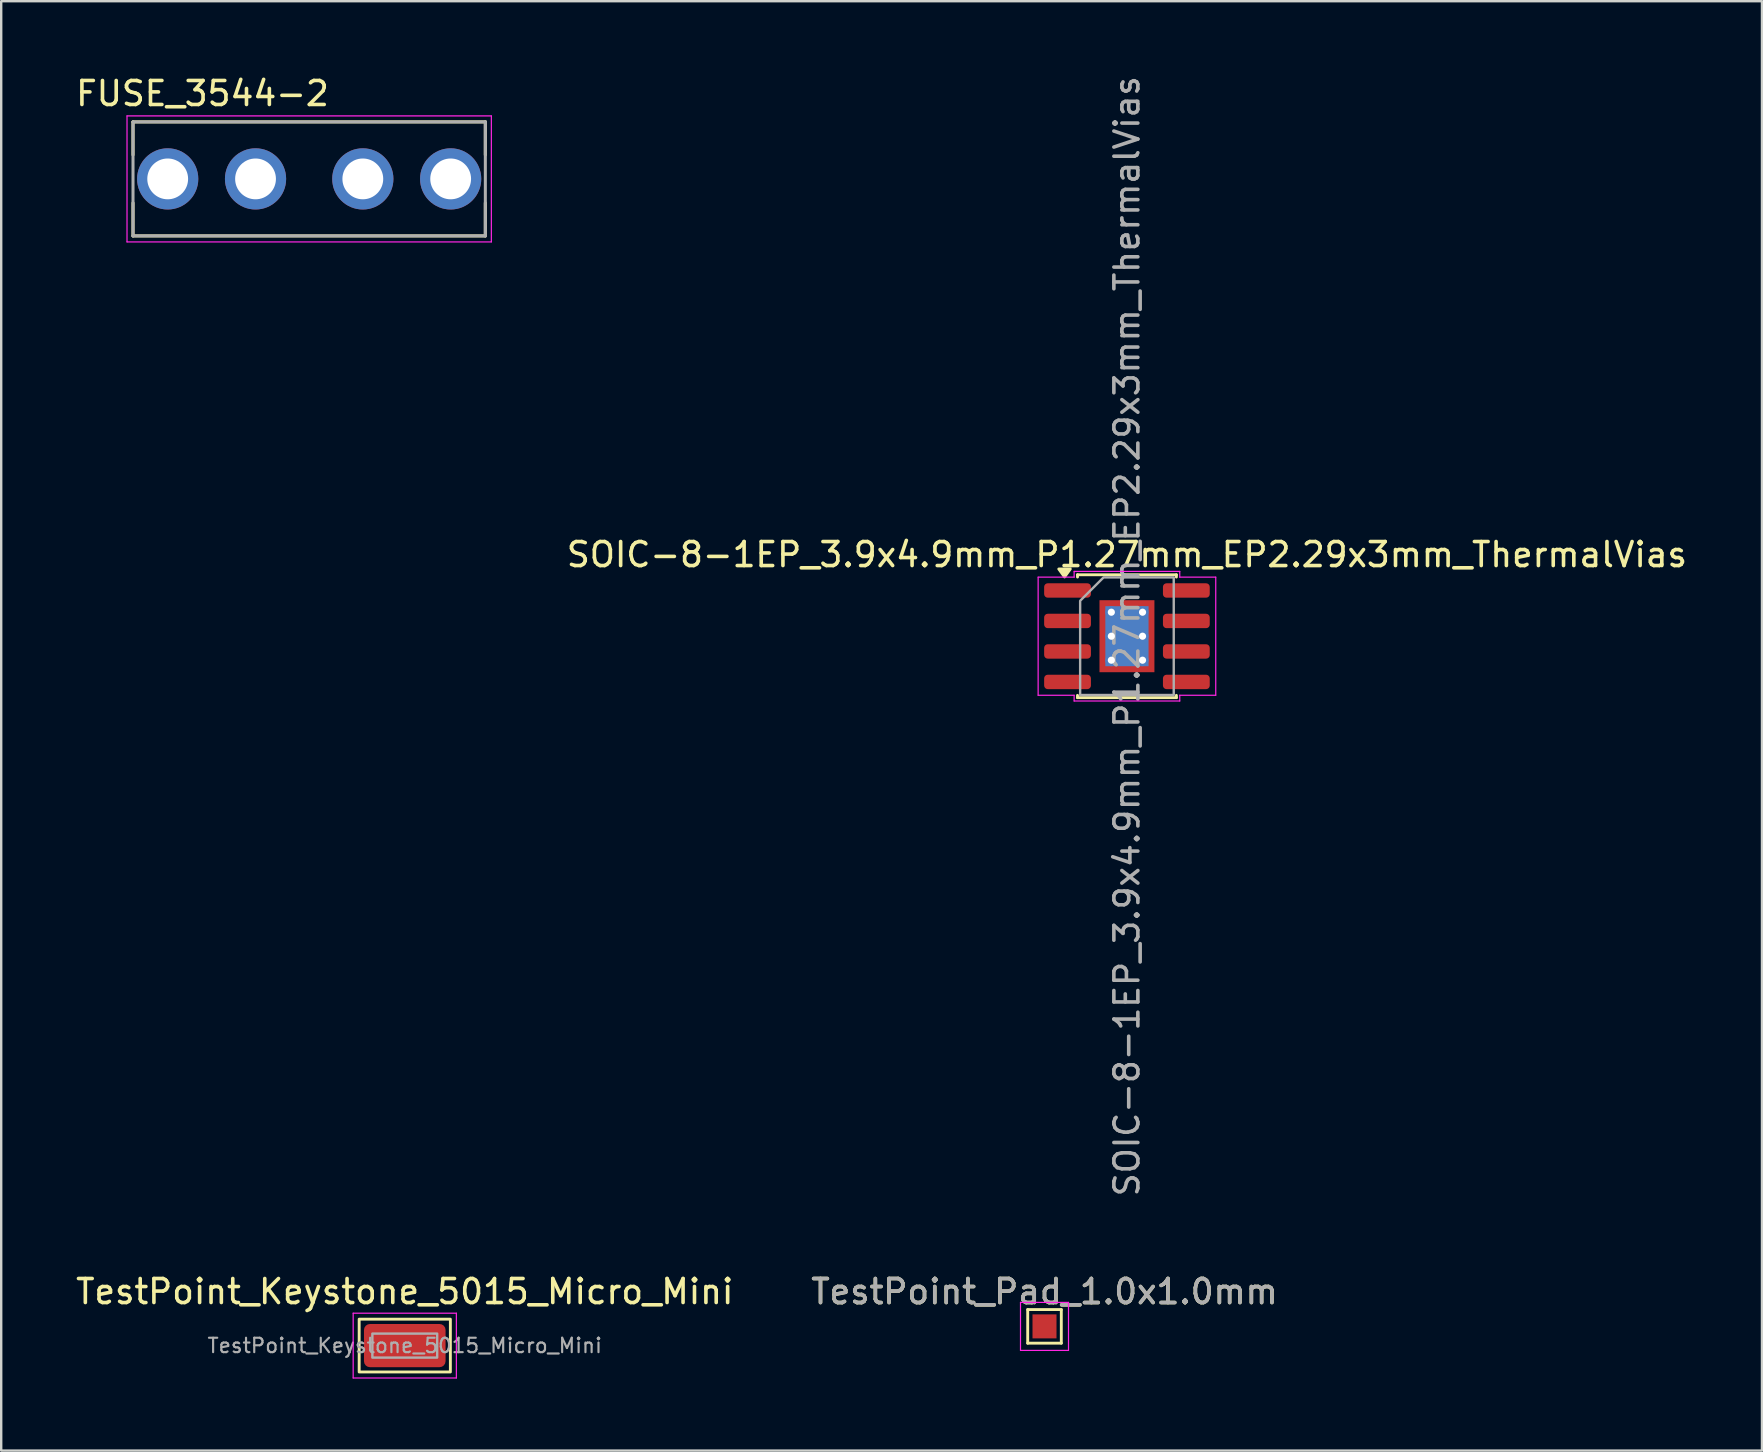
<source format=kicad_pcb>
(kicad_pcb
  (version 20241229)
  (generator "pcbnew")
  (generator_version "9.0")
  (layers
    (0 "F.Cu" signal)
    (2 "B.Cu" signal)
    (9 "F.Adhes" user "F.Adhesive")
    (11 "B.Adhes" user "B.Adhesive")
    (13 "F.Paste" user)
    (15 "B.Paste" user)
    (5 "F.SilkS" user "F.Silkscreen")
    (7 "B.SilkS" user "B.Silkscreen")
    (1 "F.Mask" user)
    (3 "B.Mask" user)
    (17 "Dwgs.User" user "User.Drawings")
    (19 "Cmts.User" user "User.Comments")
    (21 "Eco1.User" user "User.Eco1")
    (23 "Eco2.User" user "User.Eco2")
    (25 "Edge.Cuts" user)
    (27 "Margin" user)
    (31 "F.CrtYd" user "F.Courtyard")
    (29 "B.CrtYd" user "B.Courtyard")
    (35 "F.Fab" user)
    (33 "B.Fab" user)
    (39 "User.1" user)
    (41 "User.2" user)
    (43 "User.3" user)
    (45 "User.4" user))
  (footprint "TestPoint_Pad_1.0x1.0mm"
    (layer "F.Cu")
    (at 40.47 52.215)
    (property "Reference" "TestPoint_Pad_1.0x1.0mm" (at 0 -1.448 0) (layer "F.SilkS") (effects (font (size 1 1) (thickness 0.15))))
    (attr exclude_from_pos_files exclude_from_bom)
    (fp_line (start -0.7 -0.7) (end 0.7 -0.7) (stroke (width 0.12) (type solid)) (layer "F.SilkS"))
    (fp_line (start -0.7 0.7) (end -0.7 -0.7) (stroke (width 0.12) (type solid)) (layer "F.SilkS"))
    (fp_line (start 0.7 -0.7) (end 0.7 0.7) (stroke (width 0.12) (type solid)) (layer "F.SilkS"))
    (fp_line (start 0.7 0.7) (end -0.7 0.7) (stroke (width 0.12) (type solid)) (layer "F.SilkS"))
    (fp_line (start -1 -1) (end -1 1) (stroke (width 0.05) (type solid)) (layer "F.CrtYd"))
    (fp_line (start -1 -1) (end 1 -1) (stroke (width 0.05) (type solid)) (layer "F.CrtYd"))
    (fp_line (start 1 1) (end -1 1) (stroke (width 0.05) (type solid)) (layer "F.CrtYd"))
    (fp_line (start 1 1) (end 1 -1) (stroke (width 0.05) (type solid)) (layer "F.CrtYd"))
    (fp_text user "${REFERENCE}" (at 0 -1.45 0) (layer "F.Fab") (effects (font (size 1 1) (thickness 0.15))))
    (pad "1" smd rect (at 0 0) (size 1 1) (layers "F.Cu" "F.Mask")))
  (footprint "FUSE_3544-2"
    (layer "F.Cu")
    (at 9.832 4.404)
    (property "Reference" "FUSE_3544-2" (at -4.445 -3.556 0) (layer "F.SilkS") (effects (font (size 1 1) (thickness 0.15))))
    (attr through_hole)
    (fp_line (start -7.34 -2.375) (end -7.34 -1) (stroke (width 0.127) (type solid)) (layer "F.SilkS"))
    (fp_line (start -7.34 -2.375) (end 7.34 -2.375) (stroke (width 0.127) (type solid)) (layer "F.SilkS"))
    (fp_line (start -7.34 1) (end -7.34 2.375) (stroke (width 0.127) (type solid)) (layer "F.SilkS"))
    (fp_line (start 7.34 -2.375) (end 7.34 -1) (stroke (width 0.127) (type solid)) (layer "F.SilkS"))
    (fp_line (start 7.34 1) (end 7.34 2.375) (stroke (width 0.127) (type solid)) (layer "F.SilkS"))
    (fp_line (start 7.34 2.375) (end -7.34 2.375) (stroke (width 0.127) (type solid)) (layer "F.SilkS"))
    (fp_line (start -7.59 -2.625) (end 7.59 -2.625) (stroke (width 0.05) (type solid)) (layer "F.CrtYd"))
    (fp_line (start -7.59 2.625) (end -7.59 -2.625) (stroke (width 0.05) (type solid)) (layer "F.CrtYd"))
    (fp_line (start 7.59 -2.625) (end 7.59 2.625) (stroke (width 0.05) (type solid)) (layer "F.CrtYd"))
    (fp_line (start 7.59 2.625) (end -7.59 2.625) (stroke (width 0.05) (type solid)) (layer "F.CrtYd"))
    (fp_line (start -7.34 -2.375) (end 7.34 -2.375) (stroke (width 0.127) (type solid)) (layer "F.Fab"))
    (fp_line (start -7.34 2.375) (end -7.34 -2.375) (stroke (width 0.127) (type solid)) (layer "F.Fab"))
    (fp_line (start 7.34 -2.375) (end 7.34 2.375) (stroke (width 0.127) (type solid)) (layer "F.Fab"))
    (fp_line (start 7.34 2.375) (end -7.34 2.375) (stroke (width 0.127) (type solid)) (layer "F.Fab"))
    (pad "1_1" thru_hole circle (at -5.895 0) (size 2.55 2.55) (drill 1.7) (layers "*.Cu" "*.Mask"))
    (pad "1_2" thru_hole circle (at -2.235 0) (size 2.55 2.55) (drill 1.7) (layers "*.Cu" "*.Mask"))
    (pad "2_1" thru_hole circle (at 2.235 0) (size 2.55 2.55) (drill 1.7) (layers "*.Cu" "*.Mask"))
    (pad "2_2" thru_hole circle (at 5.895 0) (size 2.55 2.55) (drill 1.7) (layers "*.Cu" "*.Mask")))
  (footprint "TestPoint_Keystone_5015_Micro_Mini"
    (layer "F.Cu")
    (at 13.815 53.015)
    (property "Reference" "TestPoint_Keystone_5015_Micro_Mini" (at 0 -2.25 0) (layer "F.SilkS") (effects (font (size 1 1) (thickness 0.15))))
    (attr smd)
    (fp_rect (start -1.9 -1.1) (end 1.9 1.1) (stroke (width 0.12) (type default)) (fill no) (layer "F.SilkS"))
    (fp_line (start -2.15 -1.35) (end 2.15 -1.35) (stroke (width 0.05) (type solid)) (layer "F.CrtYd"))
    (fp_line (start -2.15 1.35) (end -2.15 -1.35) (stroke (width 0.05) (type solid)) (layer "F.CrtYd"))
    (fp_line (start 2.15 -1.35) (end 2.15 1.35) (stroke (width 0.05) (type solid)) (layer "F.CrtYd"))
    (fp_line (start 2.15 1.35) (end -2.15 1.35) (stroke (width 0.05) (type solid)) (layer "F.CrtYd"))
    (fp_rect (start -1.35 -0.5) (end 1.35 0.5) (stroke (width 0.1) (type default)) (fill no) (layer "F.Fab"))
    (fp_text user "${REFERENCE}" (at 0 0 0) (layer "F.Fab") (effects (font (size 0.6 0.6) (thickness 0.09))))
    (pad "1" smd roundrect (at 0 0) (size 3.4 1.8) (layers "F.Cu" "F.Mask" "F.Paste") (roundrect_rratio 0.139)))
  (footprint "SOIC-8-1EP_3.9x4.9mm_P1.27mm_EP2.29x3mm_ThermalVias"
    (layer "F.Cu")
    (at 43.905 23.458)
    (property "Reference" "SOIC-8-1EP_3.9x4.9mm_P1.27mm_EP2.29x3mm_ThermalVias" (at 0 -3.4 0) (layer "F.SilkS") (effects (font (size 1 1) (thickness 0.15))))
    (attr smd)
    (fp_line (start -2.06 -2.56) (end 2.06 -2.56) (stroke (width 0.12) (type solid)) (layer "F.SilkS"))
    (fp_line (start -2.06 -2.465) (end -2.06 -2.56) (stroke (width 0.12) (type solid)) (layer "F.SilkS"))
    (fp_line (start -2.06 2.56) (end -2.06 2.465) (stroke (width 0.12) (type solid)) (layer "F.SilkS"))
    (fp_line (start 2.06 -2.56) (end 2.06 -2.465) (stroke (width 0.12) (type solid)) (layer "F.SilkS"))
    (fp_line (start 2.06 2.465) (end 2.06 2.56) (stroke (width 0.12) (type solid)) (layer "F.SilkS"))
    (fp_line (start 2.06 2.56) (end -2.06 2.56) (stroke (width 0.12) (type solid)) (layer "F.SilkS"))
    (fp_poly (pts (xy -2.6 -2.47) (xy -2.84 -2.8) (xy -2.36 -2.8)) (stroke (width 0.12) (type solid)) (fill yes) (layer "F.SilkS"))
    (fp_line (start -3.7 -2.46) (end -2.2 -2.46) (stroke (width 0.05) (type solid)) (layer "F.CrtYd"))
    (fp_line (start -3.7 2.46) (end -3.7 -2.46) (stroke (width 0.05) (type solid)) (layer "F.CrtYd"))
    (fp_line (start -2.2 -2.7) (end 2.2 -2.7) (stroke (width 0.05) (type solid)) (layer "F.CrtYd"))
    (fp_line (start -2.2 -2.46) (end -2.2 -2.7) (stroke (width 0.05) (type solid)) (layer "F.CrtYd"))
    (fp_line (start -2.2 2.46) (end -3.7 2.46) (stroke (width 0.05) (type solid)) (layer "F.CrtYd"))
    (fp_line (start -2.2 2.7) (end -2.2 2.46) (stroke (width 0.05) (type solid)) (layer "F.CrtYd"))
    (fp_line (start 2.2 -2.7) (end 2.2 -2.46) (stroke (width 0.05) (type solid)) (layer "F.CrtYd"))
    (fp_line (start 2.2 -2.46) (end 3.7 -2.46) (stroke (width 0.05) (type solid)) (layer "F.CrtYd"))
    (fp_line (start 2.2 2.46) (end 2.2 2.7) (stroke (width 0.05) (type solid)) (layer "F.CrtYd"))
    (fp_line (start 2.2 2.7) (end -2.2 2.7) (stroke (width 0.05) (type solid)) (layer "F.CrtYd"))
    (fp_line (start 3.7 -2.46) (end 3.7 2.46) (stroke (width 0.05) (type solid)) (layer "F.CrtYd"))
    (fp_line (start 3.7 2.46) (end 2.2 2.46) (stroke (width 0.05) (type solid)) (layer "F.CrtYd"))
    (fp_poly (pts (xy -1.95 -1.475) (xy -1.95 2.45) (xy 1.95 2.45) (xy 1.95 -2.45) (xy -0.975 -2.45)) (stroke (width 0.1) (type solid)) (fill no) (layer "F.Fab"))
    (fp_text user "${REFERENCE}" (at 0 0 90) (layer "F.Fab") (effects (font (size 1 1) (thickness 0.15))))
    (pad "" smd roundrect (at -0.57 -0.75) (size 0.96 1.25) (layers "F.Paste") (roundrect_rratio 0.25))
    (pad "" smd roundrect (at -0.57 0.75) (size 0.96 1.25) (layers "F.Paste") (roundrect_rratio 0.25))
    (pad "" smd roundrect (at 0.57 -0.75) (size 0.96 1.25) (layers "F.Paste") (roundrect_rratio 0.25))
    (pad "" smd roundrect (at 0.57 0.75) (size 0.96 1.25) (layers "F.Paste") (roundrect_rratio 0.25))
    (pad "1" smd roundrect (at -2.475 -1.905) (size 1.95 0.6) (layers "F.Cu" "F.Mask" "F.Paste") (roundrect_rratio 0.25))
    (pad "2" smd roundrect (at -2.475 -0.635) (size 1.95 0.6) (layers "F.Cu" "F.Mask" "F.Paste") (roundrect_rratio 0.25))
    (pad "3" smd roundrect (at -2.475 0.635) (size 1.95 0.6) (layers "F.Cu" "F.Mask" "F.Paste") (roundrect_rratio 0.25))
    (pad "4" smd roundrect (at -2.475 1.905) (size 1.95 0.6) (layers "F.Cu" "F.Mask" "F.Paste") (roundrect_rratio 0.25))
    (pad "5" smd roundrect (at 2.475 1.905) (size 1.95 0.6) (layers "F.Cu" "F.Mask" "F.Paste") (roundrect_rratio 0.25))
    (pad "6" smd roundrect (at 2.475 0.635) (size 1.95 0.6) (layers "F.Cu" "F.Mask" "F.Paste") (roundrect_rratio 0.25))
    (pad "7" smd roundrect (at 2.475 -0.635) (size 1.95 0.6) (layers "F.Cu" "F.Mask" "F.Paste") (roundrect_rratio 0.25))
    (pad "8" smd roundrect (at 2.475 -1.905) (size 1.95 0.6) (layers "F.Cu" "F.Mask" "F.Paste") (roundrect_rratio 0.25))
    (pad "9" thru_hole circle (at -0.65 -1) (size 0.5 0.5) (drill 0.3) (property pad_prop_heatsink) (layers "*.Cu" "B.Paste"))
    (pad "9" thru_hole circle (at -0.65 0) (size 0.5 0.5) (drill 0.3) (property pad_prop_heatsink) (layers "*.Cu"))
    (pad "9" thru_hole circle (at -0.65 1) (size 0.5 0.5) (drill 0.3) (property pad_prop_heatsink) (layers "*.Cu"))
    (pad "9" smd rect (at 0 0) (size 1.8 2.5) (property pad_prop_heatsink) (layers "B.Cu"))
    (pad "9" smd rect (at 0 0) (size 2.29 3) (property pad_prop_heatsink) (layers "F.Cu" "F.Mask"))
    (pad "9" thru_hole circle (at 0.65 -1) (size 0.5 0.5) (drill 0.3) (property pad_prop_heatsink) (layers "*.Cu"))
    (pad "9" thru_hole circle (at 0.65 0) (size 0.5 0.5) (drill 0.3) (property pad_prop_heatsink) (layers "*.Cu"))
    (pad "9" thru_hole circle (at 0.65 1) (size 0.5 0.5) (drill 0.3) (property pad_prop_heatsink) (layers "*.Cu")))
  (gr_rect
    (start -3 -3)
    (end 70.364 57.39)
    (stroke (width 0.1) (type default))
    (fill no)
    (layer "Edge.Cuts")))
</source>
